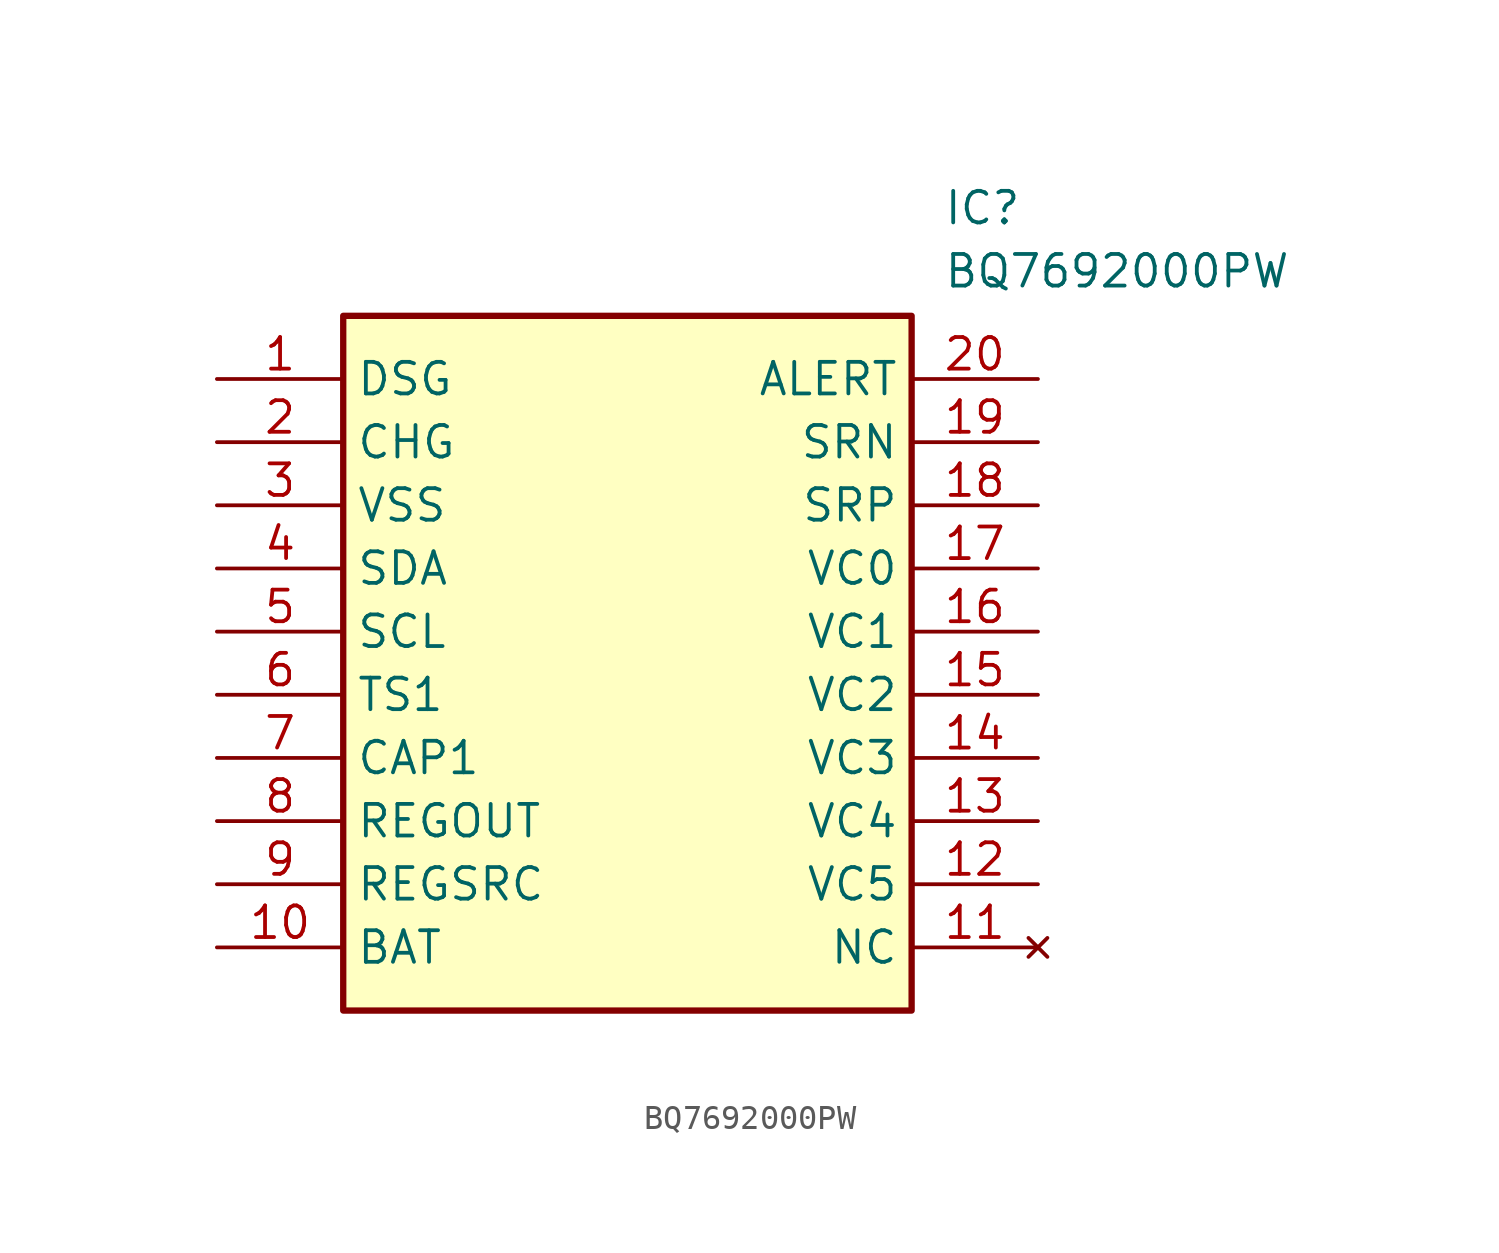
<source format=kicad_sym>
(kicad_symbol_lib
  (version 20211014)
  (generator SamacSys_ECAD_Model)
  (symbol "BQ7692000PW"
    (property "Reference" "IC"
      (at 29.21 7.62 0)
      (effects (font (size 1.27 1.27)) (justify left top)))
    (property "Value" "BQ7692000PW"
      (at 29.21 5.08 0)
      (effects (font (size 1.27 1.27)) (justify left top)))
    (rectangle
      (start 5.08 2.54)
      (end 27.94 -25.4)
      (stroke (width 0.254) (type default))
      (fill (type background)))
    (pin passive line
      (at 0 0 0)
      (length 5.08)
      (name "DSG" (effects (font (size 1.27 1.27))))
      (number "1" (effects (font (size 1.27 1.27)))))
    (pin passive line
      (at 0 -2.54 0)
      (length 5.08)
      (name "CHG" (effects (font (size 1.27 1.27))))
      (number "2" (effects (font (size 1.27 1.27)))))
    (pin passive line
      (at 0 -5.08 0)
      (length 5.08)
      (name "VSS" (effects (font (size 1.27 1.27))))
      (number "3" (effects (font (size 1.27 1.27)))))
    (pin passive line
      (at 0 -7.62 0)
      (length 5.08)
      (name "SDA" (effects (font (size 1.27 1.27))))
      (number "4" (effects (font (size 1.27 1.27)))))
    (pin passive line
      (at 0 -10.16 0)
      (length 5.08)
      (name "SCL" (effects (font (size 1.27 1.27))))
      (number "5" (effects (font (size 1.27 1.27)))))
    (pin passive line
      (at 0 -12.7 0)
      (length 5.08)
      (name "TS1" (effects (font (size 1.27 1.27))))
      (number "6" (effects (font (size 1.27 1.27)))))
    (pin passive line
      (at 0 -15.24 0)
      (length 5.08)
      (name "CAP1" (effects (font (size 1.27 1.27))))
      (number "7" (effects (font (size 1.27 1.27)))))
    (pin passive line
      (at 0 -17.78 0)
      (length 5.08)
      (name "REGOUT" (effects (font (size 1.27 1.27))))
      (number "8" (effects (font (size 1.27 1.27)))))
    (pin passive line
      (at 0 -20.32 0)
      (length 5.08)
      (name "REGSRC" (effects (font (size 1.27 1.27))))
      (number "9" (effects (font (size 1.27 1.27)))))
    (pin passive line
      (at 0 -22.86 0)
      (length 5.08)
      (name "BAT" (effects (font (size 1.27 1.27))))
      (number "10" (effects (font (size 1.27 1.27)))))
    (pin passive line
      (at 33.02 0 180)
      (length 5.08)
      (name "ALERT" (effects (font (size 1.27 1.27))))
      (number "20" (effects (font (size 1.27 1.27)))))
    (pin passive line
      (at 33.02 -2.54 180)
      (length 5.08)
      (name "SRN" (effects (font (size 1.27 1.27))))
      (number "19" (effects (font (size 1.27 1.27)))))
    (pin passive line
      (at 33.02 -5.08 180)
      (length 5.08)
      (name "SRP" (effects (font (size 1.27 1.27))))
      (number "18" (effects (font (size 1.27 1.27)))))
    (pin passive line
      (at 33.02 -7.62 180)
      (length 5.08)
      (name "VC0" (effects (font (size 1.27 1.27))))
      (number "17" (effects (font (size 1.27 1.27)))))
    (pin passive line
      (at 33.02 -10.16 180)
      (length 5.08)
      (name "VC1" (effects (font (size 1.27 1.27))))
      (number "16" (effects (font (size 1.27 1.27)))))
    (pin passive line
      (at 33.02 -12.7 180)
      (length 5.08)
      (name "VC2" (effects (font (size 1.27 1.27))))
      (number "15" (effects (font (size 1.27 1.27)))))
    (pin passive line
      (at 33.02 -15.24 180)
      (length 5.08)
      (name "VC3" (effects (font (size 1.27 1.27))))
      (number "14" (effects (font (size 1.27 1.27)))))
    (pin passive line
      (at 33.02 -17.78 180)
      (length 5.08)
      (name "VC4" (effects (font (size 1.27 1.27))))
      (number "13" (effects (font (size 1.27 1.27)))))
    (pin passive line
      (at 33.02 -20.32 180)
      (length 5.08)
      (name "VC5" (effects (font (size 1.27 1.27))))
      (number "12" (effects (font (size 1.27 1.27)))))
    (pin no_connect line
      (at 33.02 -22.86 180)
      (length 5.08)
      (name "NC" (effects (font (size 1.27 1.27))))
      (number "11" (effects (font (size 1.27 1.27)))))))
</source>
